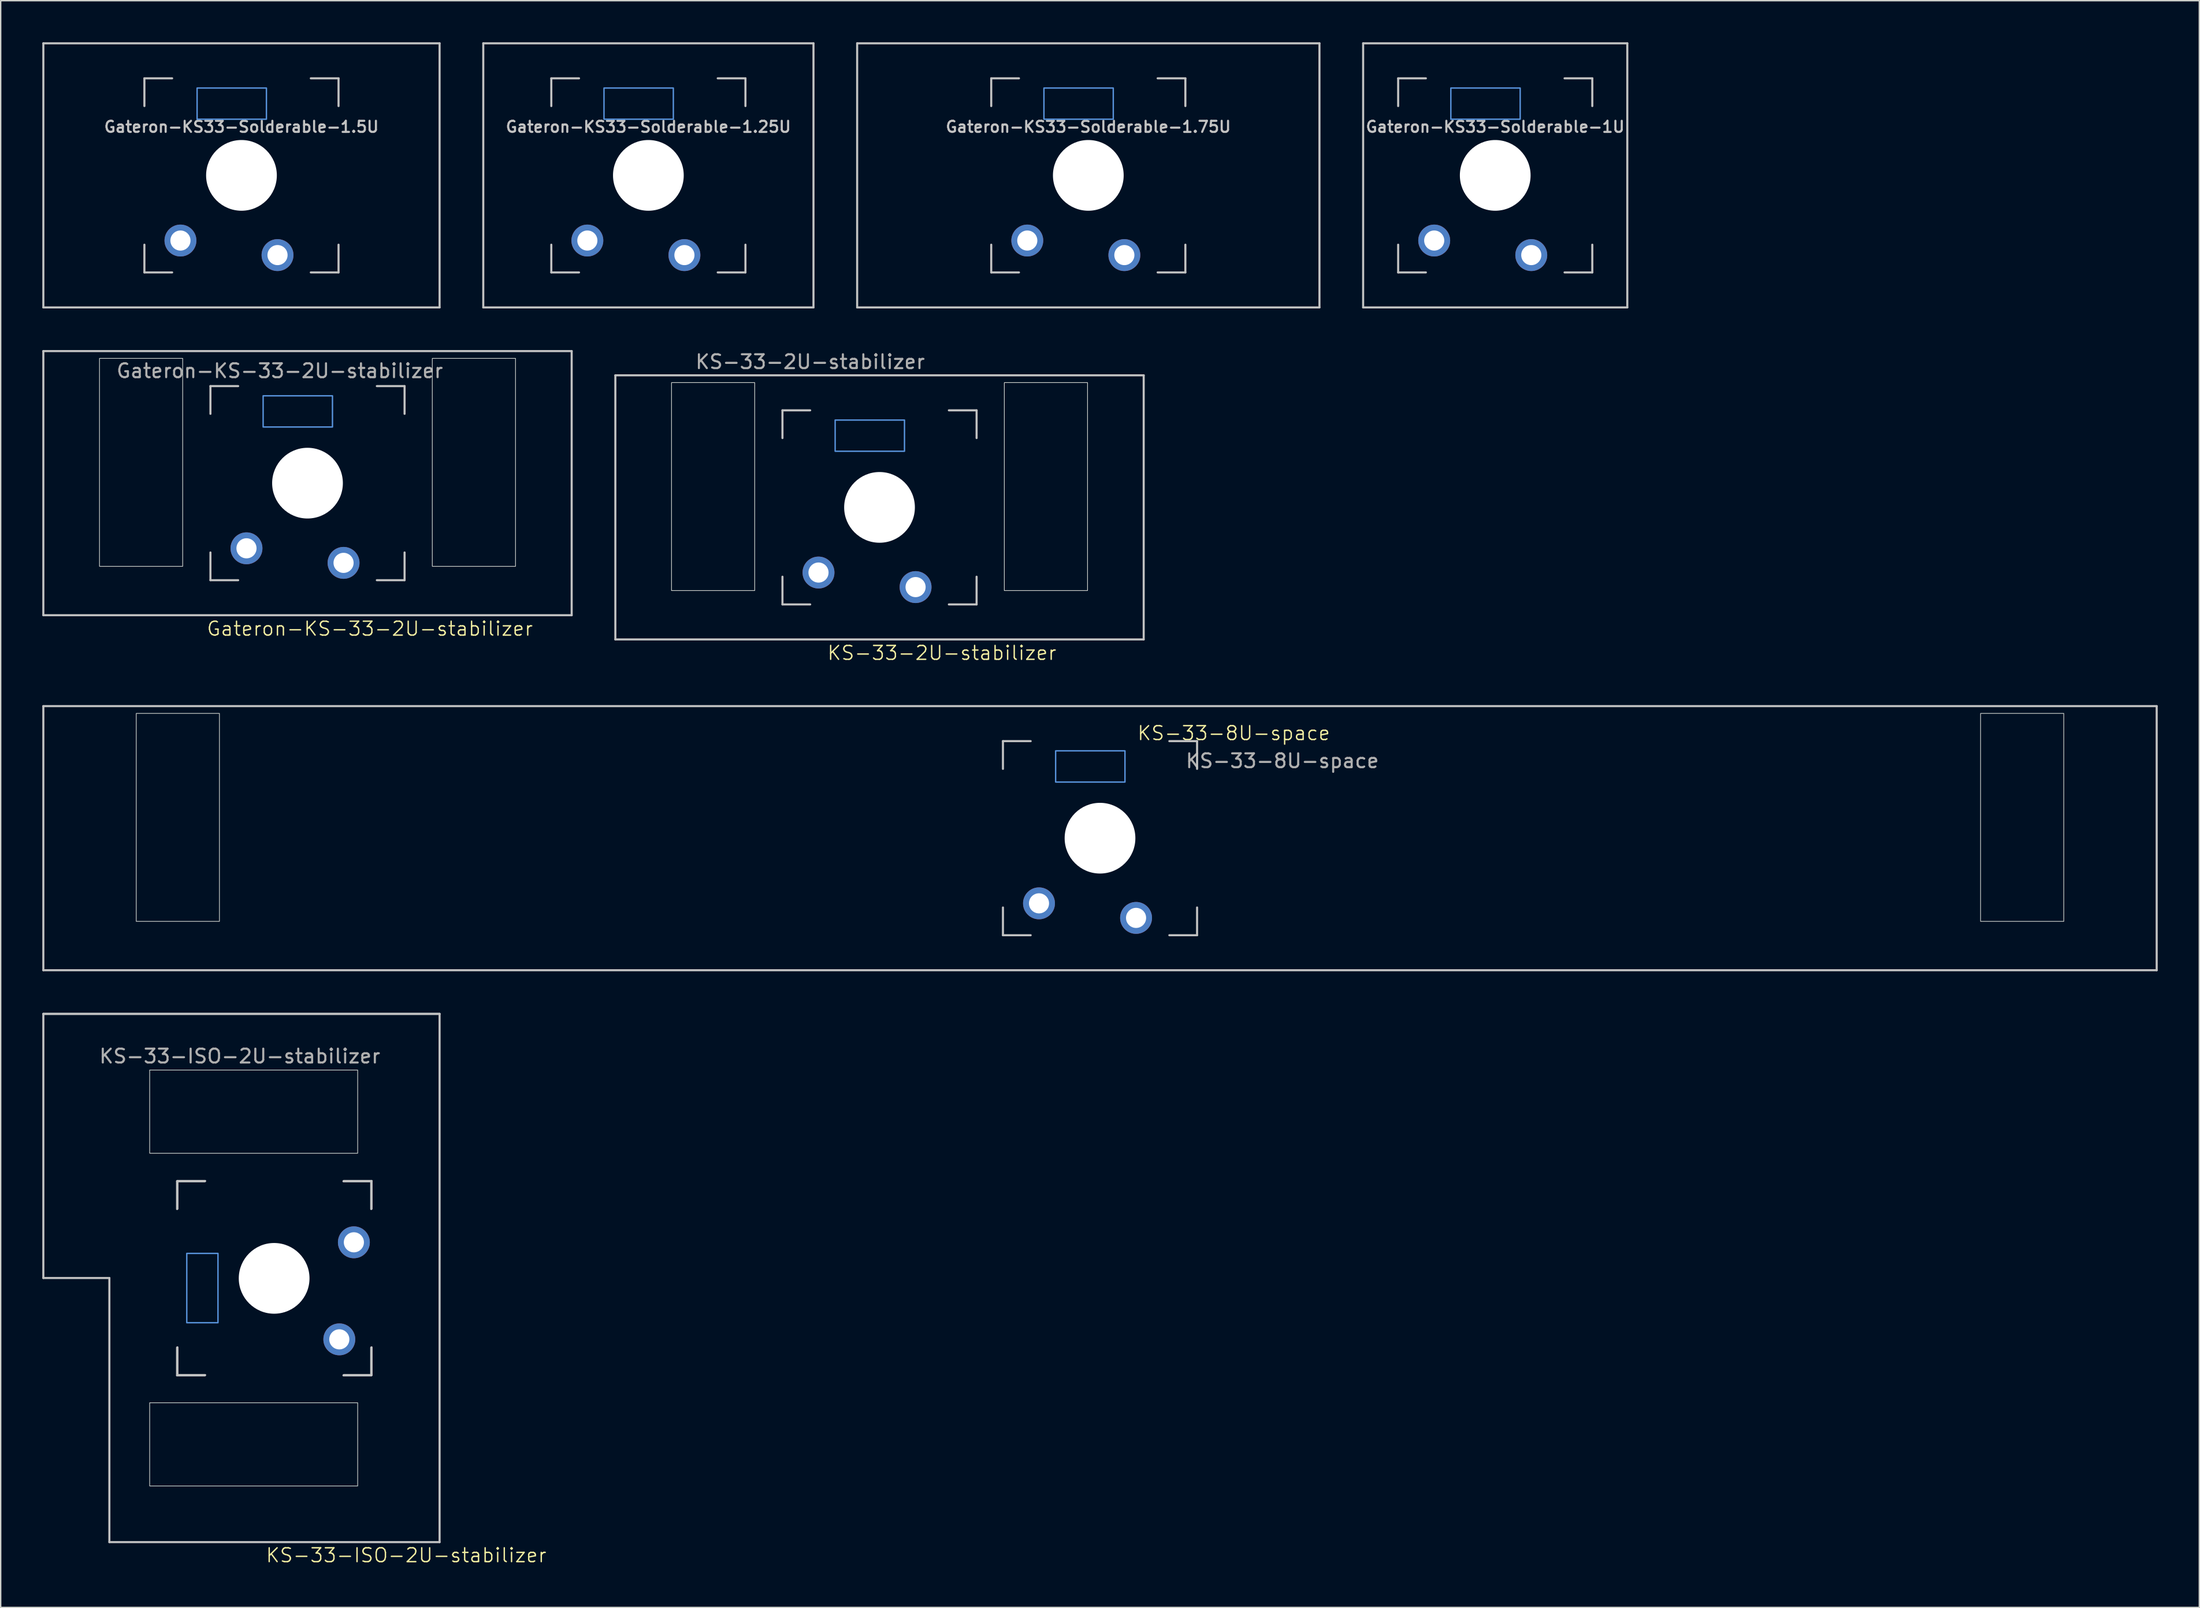
<source format=kicad_pcb>
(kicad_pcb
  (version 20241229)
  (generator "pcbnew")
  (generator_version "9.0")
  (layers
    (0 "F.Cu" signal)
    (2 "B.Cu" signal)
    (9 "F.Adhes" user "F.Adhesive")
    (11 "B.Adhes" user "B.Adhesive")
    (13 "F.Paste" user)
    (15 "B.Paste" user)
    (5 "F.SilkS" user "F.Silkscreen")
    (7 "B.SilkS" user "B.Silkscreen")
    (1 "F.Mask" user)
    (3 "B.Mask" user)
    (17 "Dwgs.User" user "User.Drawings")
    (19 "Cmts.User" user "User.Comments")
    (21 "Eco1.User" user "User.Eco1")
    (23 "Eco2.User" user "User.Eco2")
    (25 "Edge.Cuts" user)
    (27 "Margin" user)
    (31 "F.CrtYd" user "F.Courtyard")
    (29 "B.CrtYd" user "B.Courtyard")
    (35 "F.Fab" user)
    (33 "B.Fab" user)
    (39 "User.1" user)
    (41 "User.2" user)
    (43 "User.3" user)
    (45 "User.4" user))
  (footprint "Gateron-KS33-Solderable-1.75U"
    (layer "F.Cu")
    (at 75.431 9.6)
    (property "Reference" "Gateron-KS33-Solderable-1.75U" (at 0 -3.5 0) (layer "Dwgs.User") (effects (font (size 0.8 0.8) (thickness 0.15))))
    (attr through_hole)
    (fp_line (start -16.669 9.525) (end -16.669 -9.525) (stroke (width 0.15) (type solid)) (layer "Dwgs.User"))
    (fp_line (start -7 -7) (end -7 -5) (stroke (width 0.15) (type solid)) (layer "Dwgs.User"))
    (fp_line (start -7 5) (end -7 7) (stroke (width 0.15) (type solid)) (layer "Dwgs.User"))
    (fp_line (start -7 7) (end -5 7) (stroke (width 0.15) (type solid)) (layer "Dwgs.User"))
    (fp_line (start -5 -7) (end -7 -7) (stroke (width 0.15) (type solid)) (layer "Dwgs.User"))
    (fp_line (start 5 -7) (end 7 -7) (stroke (width 0.15) (type solid)) (layer "Dwgs.User"))
    (fp_line (start 5 7) (end 7 7) (stroke (width 0.15) (type solid)) (layer "Dwgs.User"))
    (fp_line (start 7 -7) (end 7 -5) (stroke (width 0.15) (type solid)) (layer "Dwgs.User"))
    (fp_line (start 7 7) (end 7 5) (stroke (width 0.15) (type solid)) (layer "Dwgs.User"))
    (fp_line (start 16.669 -9.525) (end -16.669 -9.525) (stroke (width 0.15) (type solid)) (layer "Dwgs.User"))
    (fp_line (start 16.669 9.525) (end -16.669 9.525) (stroke (width 0.15) (type solid)) (layer "Dwgs.User"))
    (fp_line (start 16.669 9.525) (end 16.669 -9.525) (stroke (width 0.15) (type solid)) (layer "Dwgs.User"))
    (fp_rect (start -3.2 -6.3) (end 1.8 -4.05) (stroke (width 0.1) (type default)) (fill no) (layer "Cmts.User"))
    (pad "" np_thru_hole circle (at 0 0 180) (size 5.1 5.1) (drill 5.1) (layers "*.Cu" "*.Mask"))
    (pad "1" thru_hole circle (at -4.4 4.7 180) (size 2.3 2.3) (drill 1.45) (layers "*.Cu" "B.Mask"))
    (pad "2" thru_hole circle (at 2.6 5.75 180) (size 2.3 2.3) (drill 1.45) (layers "*.Cu" "B.Mask")))
  (footprint "KS-33-ISO-2U-stabilizer"
    (layer "F.Cu")
    (at 16.744 89.134)
    (property "Reference" "KS-33-ISO-2U-stabilizer" (at 9.5 20 0) (unlocked yes) (layer "F.SilkS") (effects (font (size 1 1) (thickness 0.1))))
    (attr smd)
    (fp_line (start -16.669 -19.05) (end -16.669 0) (stroke (width 0.15) (type solid)) (layer "Dwgs.User"))
    (fp_line (start -16.669 -19.05) (end 11.906 -19.05) (stroke (width 0.15) (type solid)) (layer "Dwgs.User"))
    (fp_line (start -16.669 -19.05) (end 11.906 -19.05) (stroke (width 0.15) (type solid)) (layer "Dwgs.User"))
    (fp_line (start -11.907 0) (end -16.669 0) (stroke (width 0.15) (type solid)) (layer "Dwgs.User"))
    (fp_line (start -11.907 19.05) (end -11.907 0) (stroke (width 0.15) (type solid)) (layer "Dwgs.User"))
    (fp_line (start -11.907 19.05) (end 11.906 19.05) (stroke (width 0.15) (type solid)) (layer "Dwgs.User"))
    (fp_line (start -7.025 -6.975) (end -5.025 -6.975) (stroke (width 0.15) (type solid)) (layer "Dwgs.User"))
    (fp_line (start -7.025 -4.975) (end -7.025 -6.975) (stroke (width 0.15) (type solid)) (layer "Dwgs.User"))
    (fp_line (start -7.025 5.025) (end -7.025 7.025) (stroke (width 0.15) (type solid)) (layer "Dwgs.User"))
    (fp_line (start -7.025 7.025) (end -5.025 7.025) (stroke (width 0.15) (type solid)) (layer "Dwgs.User"))
    (fp_line (start -7 -7) (end -7 -5) (stroke (width 0.15) (type solid)) (layer "Dwgs.User"))
    (fp_line (start -7 5) (end -7 7) (stroke (width 0.15) (type solid)) (layer "Dwgs.User"))
    (fp_line (start -7 7) (end -5 7) (stroke (width 0.15) (type solid)) (layer "Dwgs.User"))
    (fp_line (start -5 -7) (end -7 -7) (stroke (width 0.15) (type solid)) (layer "Dwgs.User"))
    (fp_line (start 4.975 7.025) (end 6.975 7.025) (stroke (width 0.15) (type solid)) (layer "Dwgs.User"))
    (fp_line (start 5 -7) (end 7 -7) (stroke (width 0.15) (type solid)) (layer "Dwgs.User"))
    (fp_line (start 5 7) (end 7 7) (stroke (width 0.15) (type solid)) (layer "Dwgs.User"))
    (fp_line (start 6.975 -6.975) (end 4.975 -6.975) (stroke (width 0.15) (type solid)) (layer "Dwgs.User"))
    (fp_line (start 6.975 -4.975) (end 6.975 -6.975) (stroke (width 0.15) (type solid)) (layer "Dwgs.User"))
    (fp_line (start 6.975 7.025) (end 6.975 5.025) (stroke (width 0.15) (type solid)) (layer "Dwgs.User"))
    (fp_line (start 7 -7) (end 7 -5) (stroke (width 0.15) (type solid)) (layer "Dwgs.User"))
    (fp_line (start 7 7) (end 7 5) (stroke (width 0.15) (type solid)) (layer "Dwgs.User"))
    (fp_line (start 11.906 -19.05) (end 11.906 19.05) (stroke (width 0.15) (type solid)) (layer "Dwgs.User"))
    (fp_rect (start -6.325 -1.775) (end -4.075 3.225) (stroke (width 0.1) (type default)) (fill no) (layer "Cmts.User"))
    (fp_rect (start -9 -15) (end 6 -9) (stroke (width 0.05) (type default)) (fill no) (layer "Edge.Cuts"))
    (fp_rect (start -9 9) (end 6 15) (stroke (width 0.05) (type default)) (fill no) (layer "Edge.Cuts"))
    (fp_text user "${REFERENCE}" (at -2.5 -16 0) (unlocked yes) (layer "F.Fab") (effects (font (size 1 1) (thickness 0.15))))
    (pad "" np_thru_hole circle (at -0.025 0.025 270) (size 5.1 5.1) (drill 5.1) (layers "*.Cu" "*.Mask"))
    (pad "1" thru_hole circle (at 4.675 4.425 270) (size 2.3 2.3) (drill 1.45) (layers "*.Cu" "B.Mask"))
    (pad "2" thru_hole circle (at 5.725 -2.575 270) (size 2.3 2.3) (drill 1.45) (layers "*.Cu" "B.Mask")))
  (footprint "Gateron-KS-33-2U-stabilizer"
    (layer "F.Cu")
    (at 19.125 31.8)
    (property "Reference" "Gateron-KS-33-2U-stabilizer" (at 4.5 10.5 0) (unlocked yes) (layer "F.SilkS") (effects (font (size 1 1) (thickness 0.1))))
    (attr smd)
    (fp_line (start -19.05 9.525) (end -19.05 -9.525) (stroke (width 0.15) (type solid)) (layer "Dwgs.User"))
    (fp_line (start -7 -7) (end -7 -5) (stroke (width 0.15) (type solid)) (layer "Dwgs.User"))
    (fp_line (start -7 5) (end -7 7) (stroke (width 0.15) (type solid)) (layer "Dwgs.User"))
    (fp_line (start -7 7) (end -5 7) (stroke (width 0.15) (type solid)) (layer "Dwgs.User"))
    (fp_line (start -5 -7) (end -7 -7) (stroke (width 0.15) (type solid)) (layer "Dwgs.User"))
    (fp_line (start 5 -7) (end 7 -7) (stroke (width 0.15) (type solid)) (layer "Dwgs.User"))
    (fp_line (start 5 7) (end 7 7) (stroke (width 0.15) (type solid)) (layer "Dwgs.User"))
    (fp_line (start 7 -7) (end 7 -5) (stroke (width 0.15) (type solid)) (layer "Dwgs.User"))
    (fp_line (start 7 7) (end 7 5) (stroke (width 0.15) (type solid)) (layer "Dwgs.User"))
    (fp_line (start 19.05 -9.525) (end -19.05 -9.525) (stroke (width 0.15) (type solid)) (layer "Dwgs.User"))
    (fp_line (start 19.05 9.525) (end -19.05 9.525) (stroke (width 0.15) (type solid)) (layer "Dwgs.User"))
    (fp_line (start 19.05 9.525) (end 19.05 -9.525) (stroke (width 0.15) (type solid)) (layer "Dwgs.User"))
    (fp_rect (start -3.2 -6.3) (end 1.8 -4.05) (stroke (width 0.1) (type default)) (fill no) (layer "Cmts.User"))
    (fp_rect (start -15 -9) (end -9 6) (stroke (width 0.05) (type default)) (fill no) (layer "Edge.Cuts"))
    (fp_rect (start 9 -9) (end 15 6) (stroke (width 0.05) (type default)) (fill no) (layer "Edge.Cuts"))
    (fp_text user "${REFERENCE}" (at -2 -8.1 0) (unlocked yes) (layer "F.Fab") (effects (font (size 1 1) (thickness 0.15))))
    (pad "" np_thru_hole circle (at 0 0 180) (size 5.1 5.1) (drill 5.1) (layers "*.Cu" "*.Mask"))
    (pad "1" thru_hole circle (at -4.4 4.7 180) (size 2.3 2.3) (drill 1.45) (layers "*.Cu" "B.Mask"))
    (pad "2" thru_hole circle (at 2.6 5.75 180) (size 2.3 2.3) (drill 1.45) (layers "*.Cu" "B.Mask")))
  (footprint "Gateron-KS33-Solderable-1.5U"
    (layer "F.Cu")
    (at 14.363 9.6)
    (property "Reference" "Gateron-KS33-Solderable-1.5U" (at 0 -3.5 0) (layer "Dwgs.User") (effects (font (size 0.8 0.8) (thickness 0.15))))
    (attr through_hole)
    (fp_line (start -14.287 9.525) (end -14.287 -9.525) (stroke (width 0.15) (type solid)) (layer "Dwgs.User"))
    (fp_line (start -7 -7) (end -7 -5) (stroke (width 0.15) (type solid)) (layer "Dwgs.User"))
    (fp_line (start -7 5) (end -7 7) (stroke (width 0.15) (type solid)) (layer "Dwgs.User"))
    (fp_line (start -7 7) (end -5 7) (stroke (width 0.15) (type solid)) (layer "Dwgs.User"))
    (fp_line (start -5 -7) (end -7 -7) (stroke (width 0.15) (type solid)) (layer "Dwgs.User"))
    (fp_line (start 5 -7) (end 7 -7) (stroke (width 0.15) (type solid)) (layer "Dwgs.User"))
    (fp_line (start 5 7) (end 7 7) (stroke (width 0.15) (type solid)) (layer "Dwgs.User"))
    (fp_line (start 7 -7) (end 7 -5) (stroke (width 0.15) (type solid)) (layer "Dwgs.User"))
    (fp_line (start 7 7) (end 7 5) (stroke (width 0.15) (type solid)) (layer "Dwgs.User"))
    (fp_line (start 14.287 -9.525) (end -14.287 -9.525) (stroke (width 0.15) (type solid)) (layer "Dwgs.User"))
    (fp_line (start 14.287 9.525) (end -14.287 9.525) (stroke (width 0.15) (type solid)) (layer "Dwgs.User"))
    (fp_line (start 14.287 9.525) (end 14.287 -9.525) (stroke (width 0.15) (type solid)) (layer "Dwgs.User"))
    (fp_rect (start -3.2 -6.3) (end 1.8 -4.05) (stroke (width 0.1) (type default)) (fill no) (layer "Cmts.User"))
    (pad "" np_thru_hole circle (at 0 0 180) (size 5.1 5.1) (drill 5.1) (layers "*.Cu" "*.Mask"))
    (pad "1" thru_hole circle (at -4.4 4.7 180) (size 2.3 2.3) (drill 1.45) (layers "*.Cu" "B.Mask"))
    (pad "2" thru_hole circle (at 2.6 5.75 180) (size 2.3 2.3) (drill 1.45) (layers "*.Cu" "B.Mask")))
  (footprint "KS-33-8U-space"
    (layer "F.Cu")
    (at 75.923 57.334)
    (property "Reference" "KS-33-8U-space" (at 10 -7.5 0) (unlocked yes) (layer "F.SilkS") (effects (font (size 1 1) (thickness 0.1))))
    (attr smd)
    (fp_line (start -75.848 -9.45) (end -75.848 9.6) (stroke (width 0.15) (type solid)) (layer "Dwgs.User"))
    (fp_line (start -75.848 -9.45) (end 76.552 -9.45) (stroke (width 0.15) (type solid)) (layer "Dwgs.User"))
    (fp_line (start -75.848 9.6) (end 76.552 9.6) (stroke (width 0.15) (type solid)) (layer "Dwgs.User"))
    (fp_line (start -6.648 -6.925) (end -6.648 -4.925) (stroke (width 0.15) (type solid)) (layer "Dwgs.User"))
    (fp_line (start -6.648 5.075) (end -6.648 7.075) (stroke (width 0.15) (type solid)) (layer "Dwgs.User"))
    (fp_line (start -6.648 7.075) (end -4.648 7.075) (stroke (width 0.15) (type solid)) (layer "Dwgs.User"))
    (fp_line (start -4.648 -6.925) (end -6.648 -6.925) (stroke (width 0.15) (type solid)) (layer "Dwgs.User"))
    (fp_line (start 5.352 -6.925) (end 7.352 -6.925) (stroke (width 0.15) (type solid)) (layer "Dwgs.User"))
    (fp_line (start 5.352 7.075) (end 7.352 7.075) (stroke (width 0.15) (type solid)) (layer "Dwgs.User"))
    (fp_line (start 7.352 -6.925) (end 7.352 -4.925) (stroke (width 0.15) (type solid)) (layer "Dwgs.User"))
    (fp_line (start 7.352 7.075) (end 7.352 5.075) (stroke (width 0.15) (type solid)) (layer "Dwgs.User"))
    (fp_line (start 76.552 -9.45) (end 76.552 9.6) (stroke (width 0.15) (type solid)) (layer "Dwgs.User"))
    (fp_rect (start -2.848 -6.225) (end 2.152 -3.975) (stroke (width 0.1) (type default)) (fill no) (layer "Cmts.User"))
    (fp_rect (start -69.148 -8.925) (end -63.148 6.075) (stroke (width 0.05) (type default)) (fill no) (layer "Edge.Cuts"))
    (fp_rect (start 63.852 -8.925) (end 69.852 6.075) (stroke (width 0.05) (type default)) (fill no) (layer "Edge.Cuts"))
    (fp_text user "${REFERENCE}" (at 13.5 -5.5 0) (unlocked yes) (layer "F.Fab") (effects (font (size 1 1) (thickness 0.15))))
    (pad "" np_thru_hole circle (at 0.352 0.075 180) (size 5.1 5.1) (drill 5.1) (layers "*.Cu" "*.Mask"))
    (pad "1" thru_hole circle (at -4.048 4.775 180) (size 2.3 2.3) (drill 1.45) (layers "*.Cu" "B.Mask"))
    (pad "2" thru_hole circle (at 2.952 5.825 180) (size 2.3 2.3) (drill 1.45) (layers "*.Cu" "B.Mask")))
  (footprint "Gateron-KS33-Solderable-1U"
    (layer "F.Cu")
    (at 104.775 9.6)
    (property "Reference" "Gateron-KS33-Solderable-1U" (at 0 -3.5 0) (layer "Dwgs.User") (effects (font (size 0.8 0.8) (thickness 0.15))))
    (attr through_hole)
    (fp_line (start -9.525 9.525) (end -9.525 -9.525) (stroke (width 0.15) (type solid)) (layer "Dwgs.User"))
    (fp_line (start -7 -7) (end -7 -5) (stroke (width 0.15) (type solid)) (layer "Dwgs.User"))
    (fp_line (start -7 5) (end -7 7) (stroke (width 0.15) (type solid)) (layer "Dwgs.User"))
    (fp_line (start -7 7) (end -5 7) (stroke (width 0.15) (type solid)) (layer "Dwgs.User"))
    (fp_line (start -5 -7) (end -7 -7) (stroke (width 0.15) (type solid)) (layer "Dwgs.User"))
    (fp_line (start 5 -7) (end 7 -7) (stroke (width 0.15) (type solid)) (layer "Dwgs.User"))
    (fp_line (start 5 7) (end 7 7) (stroke (width 0.15) (type solid)) (layer "Dwgs.User"))
    (fp_line (start 7 -7) (end 7 -5) (stroke (width 0.15) (type solid)) (layer "Dwgs.User"))
    (fp_line (start 7 7) (end 7 5) (stroke (width 0.15) (type solid)) (layer "Dwgs.User"))
    (fp_line (start 9.525 -9.525) (end -9.525 -9.525) (stroke (width 0.15) (type solid)) (layer "Dwgs.User"))
    (fp_line (start 9.525 9.525) (end -9.525 9.525) (stroke (width 0.15) (type solid)) (layer "Dwgs.User"))
    (fp_line (start 9.525 9.525) (end 9.525 -9.525) (stroke (width 0.15) (type solid)) (layer "Dwgs.User"))
    (fp_rect (start -3.2 -6.3) (end 1.8 -4.05) (stroke (width 0.1) (type default)) (fill no) (layer "Cmts.User"))
    (pad "" np_thru_hole circle (at 0 0 180) (size 5.1 5.1) (drill 5.1) (layers "*.Cu" "*.Mask"))
    (pad "1" thru_hole circle (at -4.4 4.7 180) (size 2.3 2.3) (drill 1.45) (layers "*.Cu" "B.Mask"))
    (pad "2" thru_hole circle (at 2.6 5.75 180) (size 2.3 2.3) (drill 1.45) (layers "*.Cu" "B.Mask")))
  (footprint "Gateron-KS33-Solderable-1.25U"
    (layer "F.Cu")
    (at 43.706 9.6)
    (property "Reference" "Gateron-KS33-Solderable-1.25U" (at 0 -3.5 0) (layer "Dwgs.User") (effects (font (size 0.8 0.8) (thickness 0.15))))
    (attr through_hole)
    (fp_line (start -11.906 9.525) (end -11.906 -9.525) (stroke (width 0.15) (type solid)) (layer "Dwgs.User"))
    (fp_line (start -7 -7) (end -7 -5) (stroke (width 0.15) (type solid)) (layer "Dwgs.User"))
    (fp_line (start -7 5) (end -7 7) (stroke (width 0.15) (type solid)) (layer "Dwgs.User"))
    (fp_line (start -7 7) (end -5 7) (stroke (width 0.15) (type solid)) (layer "Dwgs.User"))
    (fp_line (start -5 -7) (end -7 -7) (stroke (width 0.15) (type solid)) (layer "Dwgs.User"))
    (fp_line (start 5 -7) (end 7 -7) (stroke (width 0.15) (type solid)) (layer "Dwgs.User"))
    (fp_line (start 5 7) (end 7 7) (stroke (width 0.15) (type solid)) (layer "Dwgs.User"))
    (fp_line (start 7 -7) (end 7 -5) (stroke (width 0.15) (type solid)) (layer "Dwgs.User"))
    (fp_line (start 7 7) (end 7 5) (stroke (width 0.15) (type solid)) (layer "Dwgs.User"))
    (fp_line (start 11.906 -9.525) (end -11.906 -9.525) (stroke (width 0.15) (type solid)) (layer "Dwgs.User"))
    (fp_line (start 11.906 9.525) (end -11.906 9.525) (stroke (width 0.15) (type solid)) (layer "Dwgs.User"))
    (fp_line (start 11.906 9.525) (end 11.906 -9.525) (stroke (width 0.15) (type solid)) (layer "Dwgs.User"))
    (fp_rect (start -3.2 -6.3) (end 1.8 -4.05) (stroke (width 0.1) (type default)) (fill no) (layer "Cmts.User"))
    (pad "" np_thru_hole circle (at 0 0 180) (size 5.1 5.1) (drill 5.1) (layers "*.Cu" "*.Mask"))
    (pad "1" thru_hole circle (at -4.4 4.7 180) (size 2.3 2.3) (drill 1.45) (layers "*.Cu" "B.Mask"))
    (pad "2" thru_hole circle (at 2.6 5.75 180) (size 2.3 2.3) (drill 1.45) (layers "*.Cu" "B.Mask")))
  (footprint "KS-33-2U-stabilizer"
    (layer "F.Cu")
    (at 60.375 33.548)
    (property "Reference" "KS-33-2U-stabilizer" (at 4.5 10.5 0) (unlocked yes) (layer "F.SilkS") (effects (font (size 1 1) (thickness 0.1))))
    (attr smd)
    (fp_line (start -19.05 9.525) (end -19.05 -9.525) (stroke (width 0.15) (type solid)) (layer "Dwgs.User"))
    (fp_line (start -7 -7) (end -7 -5) (stroke (width 0.15) (type solid)) (layer "Dwgs.User"))
    (fp_line (start -7 5) (end -7 7) (stroke (width 0.15) (type solid)) (layer "Dwgs.User"))
    (fp_line (start -7 7) (end -5 7) (stroke (width 0.15) (type solid)) (layer "Dwgs.User"))
    (fp_line (start -5 -7) (end -7 -7) (stroke (width 0.15) (type solid)) (layer "Dwgs.User"))
    (fp_line (start 5 -7) (end 7 -7) (stroke (width 0.15) (type solid)) (layer "Dwgs.User"))
    (fp_line (start 5 7) (end 7 7) (stroke (width 0.15) (type solid)) (layer "Dwgs.User"))
    (fp_line (start 7 -7) (end 7 -5) (stroke (width 0.15) (type solid)) (layer "Dwgs.User"))
    (fp_line (start 7 7) (end 7 5) (stroke (width 0.15) (type solid)) (layer "Dwgs.User"))
    (fp_line (start 19.05 -9.525) (end -19.05 -9.525) (stroke (width 0.15) (type solid)) (layer "Dwgs.User"))
    (fp_line (start 19.05 9.525) (end -19.05 9.525) (stroke (width 0.15) (type solid)) (layer "Dwgs.User"))
    (fp_line (start 19.05 9.525) (end 19.05 -9.525) (stroke (width 0.15) (type solid)) (layer "Dwgs.User"))
    (fp_rect (start -3.2 -6.3) (end 1.8 -4.05) (stroke (width 0.1) (type default)) (fill no) (layer "Cmts.User"))
    (fp_rect (start -15 -9) (end -9 6) (stroke (width 0.05) (type default)) (fill no) (layer "Edge.Cuts"))
    (fp_rect (start 9 -9) (end 15 6) (stroke (width 0.05) (type default)) (fill no) (layer "Edge.Cuts"))
    (fp_text user "${REFERENCE}" (at -5 -10.5 0) (unlocked yes) (layer "F.Fab") (effects (font (size 1 1) (thickness 0.15))))
    (pad "" np_thru_hole circle (at 0 0 180) (size 5.1 5.1) (drill 5.1) (layers "*.Cu" "*.Mask"))
    (pad "1" thru_hole circle (at -4.4 4.7 180) (size 2.3 2.3) (drill 1.45) (layers "*.Cu" "B.Mask"))
    (pad "2" thru_hole circle (at 2.6 5.75 180) (size 2.3 2.3) (drill 1.45) (layers "*.Cu" "B.Mask")))
  (gr_rect
    (start -3 -3)
    (end 155.55 112.894)
    (stroke (width 0.1) (type default))
    (fill no)
    (layer "Edge.Cuts")))
</source>
